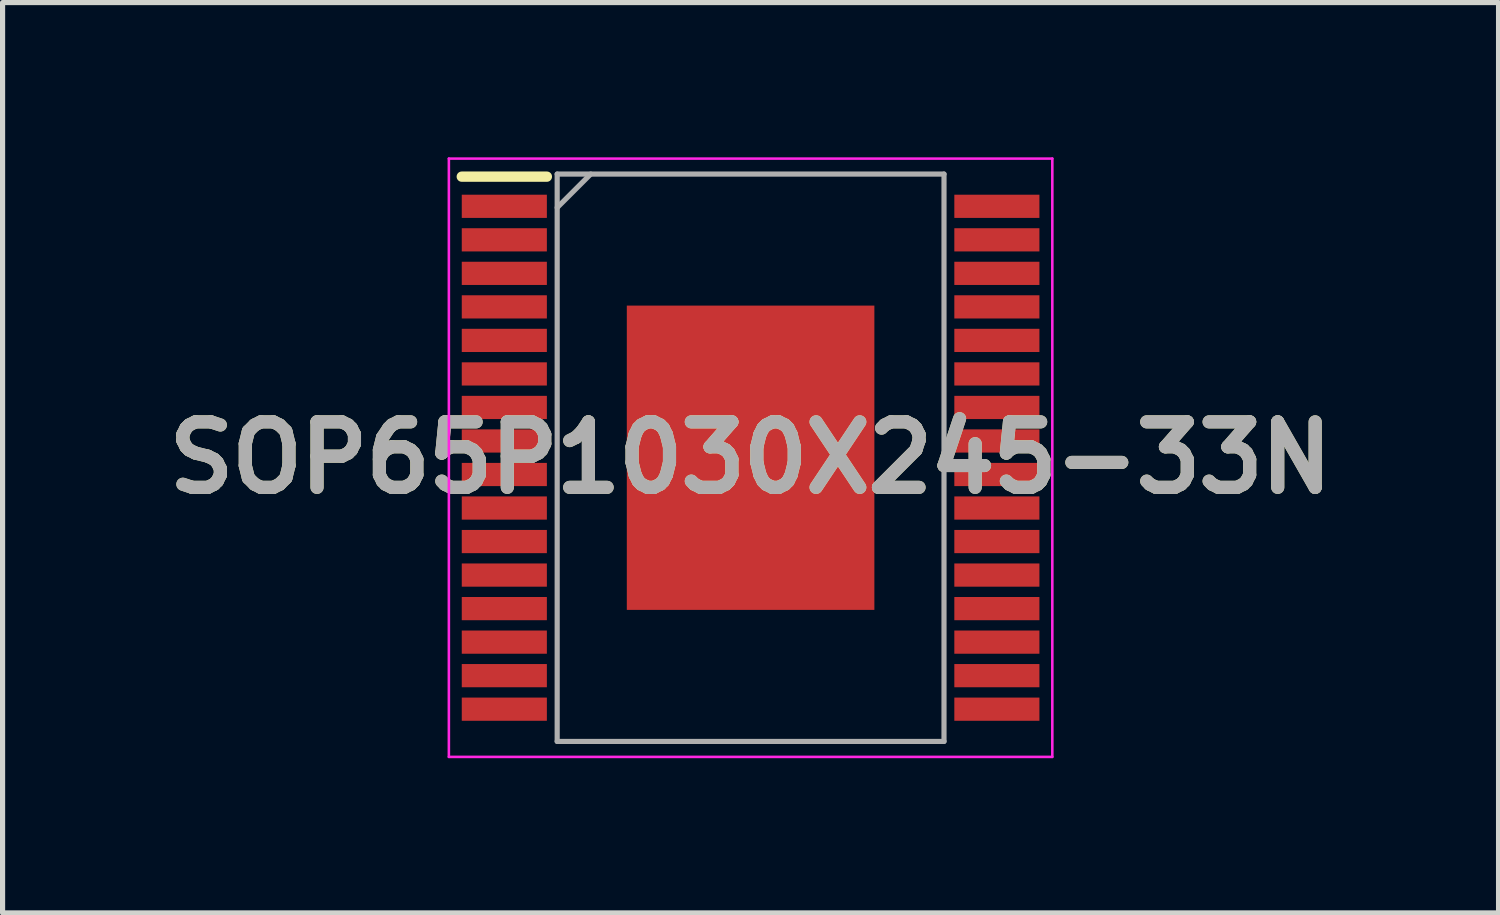
<source format=kicad_pcb>
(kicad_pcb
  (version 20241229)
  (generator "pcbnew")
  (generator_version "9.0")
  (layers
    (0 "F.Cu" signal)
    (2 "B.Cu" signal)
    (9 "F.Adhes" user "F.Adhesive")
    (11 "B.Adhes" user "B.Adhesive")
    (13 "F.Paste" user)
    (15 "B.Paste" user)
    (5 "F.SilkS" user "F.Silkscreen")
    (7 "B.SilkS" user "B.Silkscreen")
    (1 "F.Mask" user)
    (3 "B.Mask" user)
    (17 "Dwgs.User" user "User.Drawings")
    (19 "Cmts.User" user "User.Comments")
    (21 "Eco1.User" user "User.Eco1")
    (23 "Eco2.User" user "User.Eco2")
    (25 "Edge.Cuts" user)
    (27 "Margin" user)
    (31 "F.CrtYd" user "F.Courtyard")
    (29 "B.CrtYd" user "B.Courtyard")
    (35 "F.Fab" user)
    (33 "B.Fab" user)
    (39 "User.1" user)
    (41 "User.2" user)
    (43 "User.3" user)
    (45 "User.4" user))
  (footprint "SOP65P1030X245-33N"
    (layer "F.Cu")
    (at 11.503 5.825)
    (property "Reference" "SOP65P1030X245-33N" (at 0 0 0) (layer "F.SilkS") (effects (font (size 1.27 1.27) (thickness 0.254))))
    (attr smd)
    (fp_line (start -5.6 -5.45) (end -3.95 -5.45) (stroke (width 0.2) (type solid)) (layer "F.SilkS"))
    (fp_line (start -5.85 -5.8) (end 5.85 -5.8) (stroke (width 0.05) (type solid)) (layer "F.CrtYd"))
    (fp_line (start -5.85 5.8) (end -5.85 -5.8) (stroke (width 0.05) (type solid)) (layer "F.CrtYd"))
    (fp_line (start 5.85 -5.8) (end 5.85 5.8) (stroke (width 0.05) (type solid)) (layer "F.CrtYd"))
    (fp_line (start 5.85 5.8) (end -5.85 5.8) (stroke (width 0.05) (type solid)) (layer "F.CrtYd"))
    (fp_line (start -3.75 -5.5) (end 3.75 -5.5) (stroke (width 0.1) (type solid)) (layer "F.Fab"))
    (fp_line (start -3.75 -4.85) (end -3.1 -5.5) (stroke (width 0.1) (type solid)) (layer "F.Fab"))
    (fp_line (start -3.75 5.5) (end -3.75 -5.5) (stroke (width 0.1) (type solid)) (layer "F.Fab"))
    (fp_line (start 3.75 -5.5) (end 3.75 5.5) (stroke (width 0.1) (type solid)) (layer "F.Fab"))
    (fp_line (start 3.75 5.5) (end -3.75 5.5) (stroke (width 0.1) (type solid)) (layer "F.Fab"))
    (fp_text user "${REFERENCE}" (at 0 0 0) (layer "F.Fab") (effects (font (size 1.27 1.27) (thickness 0.254))))
    (pad "1" smd rect (at -4.775 -4.875 90) (size 0.45 1.65) (layers "F.Cu" "F.Mask" "F.Paste"))
    (pad "2" smd rect (at -4.775 -4.225 90) (size 0.45 1.65) (layers "F.Cu" "F.Mask" "F.Paste"))
    (pad "3" smd rect (at -4.775 -3.575 90) (size 0.45 1.65) (layers "F.Cu" "F.Mask" "F.Paste"))
    (pad "4" smd rect (at -4.775 -2.925 90) (size 0.45 1.65) (layers "F.Cu" "F.Mask" "F.Paste"))
    (pad "5" smd rect (at -4.775 -2.275 90) (size 0.45 1.65) (layers "F.Cu" "F.Mask" "F.Paste"))
    (pad "6" smd rect (at -4.775 -1.625 90) (size 0.45 1.65) (layers "F.Cu" "F.Mask" "F.Paste"))
    (pad "7" smd rect (at -4.775 -0.975 90) (size 0.45 1.65) (layers "F.Cu" "F.Mask" "F.Paste"))
    (pad "8" smd rect (at -4.775 -0.325 90) (size 0.45 1.65) (layers "F.Cu" "F.Mask" "F.Paste"))
    (pad "9" smd rect (at -4.775 0.325 90) (size 0.45 1.65) (layers "F.Cu" "F.Mask" "F.Paste"))
    (pad "10" smd rect (at -4.775 0.975 90) (size 0.45 1.65) (layers "F.Cu" "F.Mask" "F.Paste"))
    (pad "11" smd rect (at -4.775 1.625 90) (size 0.45 1.65) (layers "F.Cu" "F.Mask" "F.Paste"))
    (pad "12" smd rect (at -4.775 2.275 90) (size 0.45 1.65) (layers "F.Cu" "F.Mask" "F.Paste"))
    (pad "13" smd rect (at -4.775 2.925 90) (size 0.45 1.65) (layers "F.Cu" "F.Mask" "F.Paste"))
    (pad "14" smd rect (at -4.775 3.575 90) (size 0.45 1.65) (layers "F.Cu" "F.Mask" "F.Paste"))
    (pad "15" smd rect (at -4.775 4.225 90) (size 0.45 1.65) (layers "F.Cu" "F.Mask" "F.Paste"))
    (pad "16" smd rect (at -4.775 4.875 90) (size 0.45 1.65) (layers "F.Cu" "F.Mask" "F.Paste"))
    (pad "17" smd rect (at 4.775 4.875 90) (size 0.45 1.65) (layers "F.Cu" "F.Mask" "F.Paste"))
    (pad "18" smd rect (at 4.775 4.225 90) (size 0.45 1.65) (layers "F.Cu" "F.Mask" "F.Paste"))
    (pad "19" smd rect (at 4.775 3.575 90) (size 0.45 1.65) (layers "F.Cu" "F.Mask" "F.Paste"))
    (pad "20" smd rect (at 4.775 2.925 90) (size 0.45 1.65) (layers "F.Cu" "F.Mask" "F.Paste"))
    (pad "21" smd rect (at 4.775 2.275 90) (size 0.45 1.65) (layers "F.Cu" "F.Mask" "F.Paste"))
    (pad "22" smd rect (at 4.775 1.625 90) (size 0.45 1.65) (layers "F.Cu" "F.Mask" "F.Paste"))
    (pad "23" smd rect (at 4.775 0.975 90) (size 0.45 1.65) (layers "F.Cu" "F.Mask" "F.Paste"))
    (pad "24" smd rect (at 4.775 0.325 90) (size 0.45 1.65) (layers "F.Cu" "F.Mask" "F.Paste"))
    (pad "25" smd rect (at 4.775 -0.325 90) (size 0.45 1.65) (layers "F.Cu" "F.Mask" "F.Paste"))
    (pad "26" smd rect (at 4.775 -0.975 90) (size 0.45 1.65) (layers "F.Cu" "F.Mask" "F.Paste"))
    (pad "27" smd rect (at 4.775 -1.625 90) (size 0.45 1.65) (layers "F.Cu" "F.Mask" "F.Paste"))
    (pad "28" smd rect (at 4.775 -2.275 90) (size 0.45 1.65) (layers "F.Cu" "F.Mask" "F.Paste"))
    (pad "29" smd rect (at 4.775 -2.925 90) (size 0.45 1.65) (layers "F.Cu" "F.Mask" "F.Paste"))
    (pad "30" smd rect (at 4.775 -3.575 90) (size 0.45 1.65) (layers "F.Cu" "F.Mask" "F.Paste"))
    (pad "31" smd rect (at 4.775 -4.225 90) (size 0.45 1.65) (layers "F.Cu" "F.Mask" "F.Paste"))
    (pad "32" smd rect (at 4.775 -4.875 90) (size 0.45 1.65) (layers "F.Cu" "F.Mask" "F.Paste"))
    (pad "33" smd rect (at 0 0) (size 4.8 5.9) (layers "F.Cu" "F.Mask" "F.Paste")))
  (gr_rect
    (start -3 -3)
    (end 26.005 14.65)
    (stroke (width 0.1) (type default))
    (fill no)
    (layer "Edge.Cuts")))
</source>
